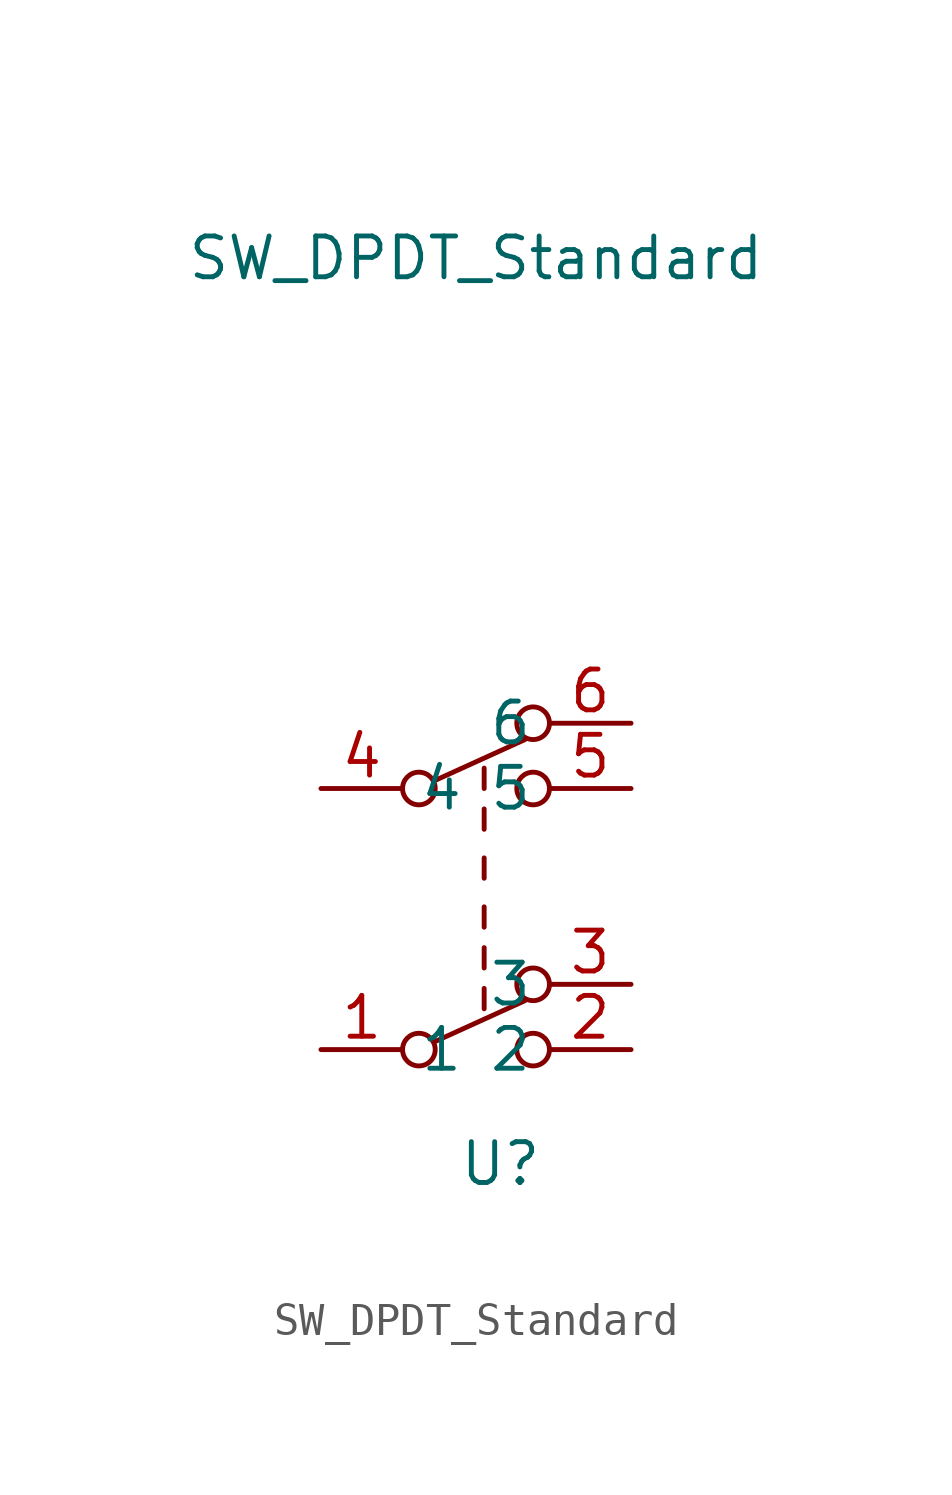
<source format=kicad_sym>
(kicad_symbol_lib
  (version 20201005)
  (generator kicad_symbol_editor)
  (symbol "Switch2:SW_DPDT_Standard"
    (property "Reference" "U"
      (at 0.508 -8.636 0)
      (effects (font (size 1.27 1.27))))
    (property "Value" "SW_DPDT_Standard"
      (at -0.254 19.558 0)
      (effects (font (size 1.27 1.27))))
    (symbol "SW_DPDT_Standard_0_0"
      (circle (center -2.032 -5.08) (radius 0.508) (stroke (width 0)) (fill (type none)))
      (circle (center -2.032 3.048) (radius 0.508) (stroke (width 0)) (fill (type none)))
      (circle (center 1.524 -5.08) (radius 0.508) (stroke (width 0)) (fill (type none)))
      (circle (center 1.524 3.048) (radius 0.508) (stroke (width 0)) (fill (type none)))
      (circle (center 1.524 5.08) (radius 0.508) (stroke (width 0)) (fill (type none)))
      (circle (center 1.524 -3.048) (radius 0.508) (stroke (width 0)) (fill (type none)))
      (polyline (pts (xy -1.524 -4.826) (xy 1.27 -3.556)) (stroke (width 0)) (fill (type none)))
      (polyline (pts (xy -1.524 3.302) (xy 1.27 4.572)) (stroke (width 0)) (fill (type none)))
      (polyline (pts (xy 0 -3.81) (xy 0 -3.175)) (stroke (width 0)) (fill (type none)))
      (polyline (pts (xy 0 -2.54) (xy 0 -1.905)) (stroke (width 0)) (fill (type none)))
      (polyline (pts (xy 0 1.778) (xy 0 2.413)) (stroke (width 0)) (fill (type none)))
      (polyline (pts (xy 0 3.048) (xy 0 3.683)) (stroke (width 0)) (fill (type none)))
      (polyline (pts (xy 0 -1.27) (xy 0 -0.635)) (stroke (width 0)) (fill (type none)))
      (polyline (pts (xy 0 0.254) (xy 0 0.889)) (stroke (width 0)) (fill (type none))))
    (symbol "SW_DPDT_Standard_1_1"
      (pin passive line (at -5.08 -5.08 0) (length 2.54) (name "1" (effects (font (size 1.27 1.27)))) (number "1" (effects (font (size 1.27 1.27)))))
      (pin passive line (at 4.572 -5.08 180) (length 2.54) (name "2" (effects (font (size 1.27 1.27)))) (number "2" (effects (font (size 1.27 1.27)))))
      (pin passive line (at -5.08 3.048 0) (length 2.54) (name "4" (effects (font (size 1.27 1.27)))) (number "4" (effects (font (size 1.27 1.27)))))
      (pin passive line (at 4.572 3.048 180) (length 2.54) (name "5" (effects (font (size 1.27 1.27)))) (number "5" (effects (font (size 1.27 1.27)))))
      (pin passive line (at 4.572 5.08 180) (length 2.54) (name "6" (effects (font (size 1.27 1.27)))) (number "6" (effects (font (size 1.27 1.27)))))
      (pin passive line (at 4.572 -3.048 180) (length 2.54) (name "3" (effects (font (size 1.27 1.27)))) (number "3" (effects (font (size 1.27 1.27))))))))
</source>
